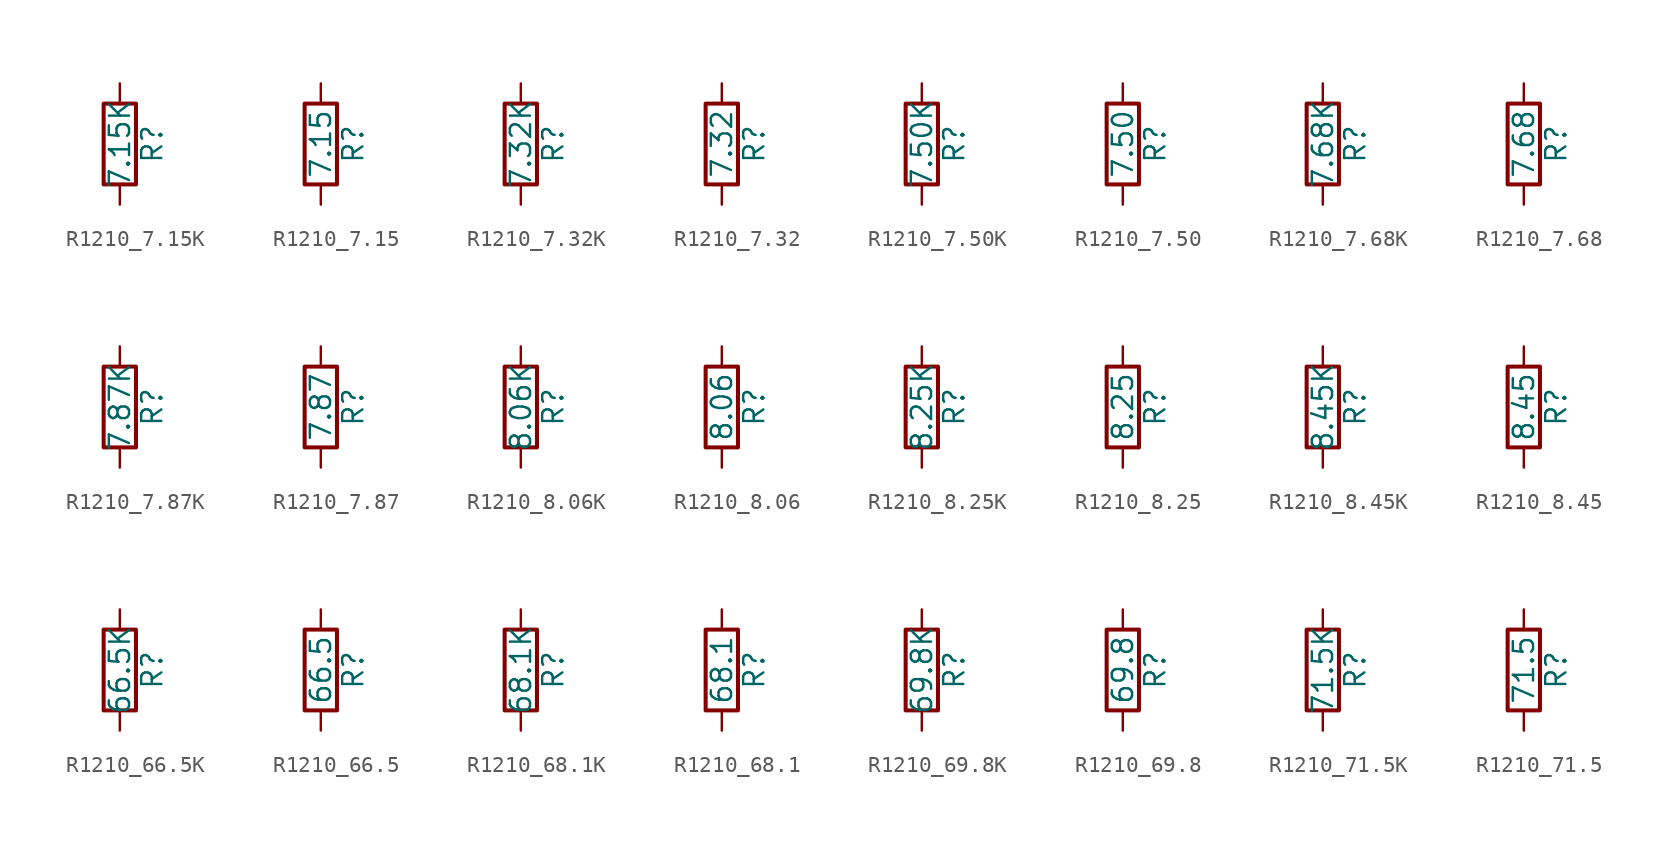
<source format=kicad_sym>
(kicad_symbol_lib
  (version 20211014)
  (generator atlantix-eda)
  (symbol "R1210_7.15K"
    (pin_numbers hide)
    (pin_names
      (offset 0))
    (property "Reference" "R"
      (at 2.032 0 90)
      (effects (font (size 1.27 1.27))))
    (property "Value" "7.15K"
      (at 0 0 90)
      (effects (font (size 1.27 1.27))))
    (symbol "R1210_7.15K_0_1"
      (rectangle (start -1.016 -2.54) (end 1.016 2.54) (stroke (width 0.254) (type default) (color 0 0 0 0)) (fill (type none))))
    (symbol "R1210_7.15K_1_1"
      (pin passive line (at 0 3.81 270) (length 1.27) (name "~" (effects (font (size 1.27 1.27)))) (number "1" (effects (font (size 1.27 1.27)))))
      (pin passive line (at 0 -3.81 90) (length 1.27) (name "~" (effects (font (size 1.27 1.27)))) (number "2" (effects (font (size 1.27 1.27)))))))
  (symbol "R1210_7.15"
    (pin_numbers hide)
    (pin_names
      (offset 0))
    (property "Reference" "R"
      (at 2.032 0 90)
      (effects (font (size 1.27 1.27))))
    (property "Value" "7.15"
      (at 0 0 90)
      (effects (font (size 1.27 1.27))))
    (symbol "R1210_7.15_0_1"
      (rectangle (start -1.016 -2.54) (end 1.016 2.54) (stroke (width 0.254) (type default) (color 0 0 0 0)) (fill (type none))))
    (symbol "R1210_7.15_1_1"
      (pin passive line (at 0 3.81 270) (length 1.27) (name "~" (effects (font (size 1.27 1.27)))) (number "1" (effects (font (size 1.27 1.27)))))
      (pin passive line (at 0 -3.81 90) (length 1.27) (name "~" (effects (font (size 1.27 1.27)))) (number "2" (effects (font (size 1.27 1.27)))))))
  (symbol "R1210_7.32K"
    (pin_numbers hide)
    (pin_names
      (offset 0))
    (property "Reference" "R"
      (at 2.032 0 90)
      (effects (font (size 1.27 1.27))))
    (property "Value" "7.32K"
      (at 0 0 90)
      (effects (font (size 1.27 1.27))))
    (symbol "R1210_7.32K_0_1"
      (rectangle (start -1.016 -2.54) (end 1.016 2.54) (stroke (width 0.254) (type default) (color 0 0 0 0)) (fill (type none))))
    (symbol "R1210_7.32K_1_1"
      (pin passive line (at 0 3.81 270) (length 1.27) (name "~" (effects (font (size 1.27 1.27)))) (number "1" (effects (font (size 1.27 1.27)))))
      (pin passive line (at 0 -3.81 90) (length 1.27) (name "~" (effects (font (size 1.27 1.27)))) (number "2" (effects (font (size 1.27 1.27)))))))
  (symbol "R1210_7.32"
    (pin_numbers hide)
    (pin_names
      (offset 0))
    (property "Reference" "R"
      (at 2.032 0 90)
      (effects (font (size 1.27 1.27))))
    (property "Value" "7.32"
      (at 0 0 90)
      (effects (font (size 1.27 1.27))))
    (symbol "R1210_7.32_0_1"
      (rectangle (start -1.016 -2.54) (end 1.016 2.54) (stroke (width 0.254) (type default) (color 0 0 0 0)) (fill (type none))))
    (symbol "R1210_7.32_1_1"
      (pin passive line (at 0 3.81 270) (length 1.27) (name "~" (effects (font (size 1.27 1.27)))) (number "1" (effects (font (size 1.27 1.27)))))
      (pin passive line (at 0 -3.81 90) (length 1.27) (name "~" (effects (font (size 1.27 1.27)))) (number "2" (effects (font (size 1.27 1.27)))))))
  (symbol "R1210_7.50K"
    (pin_numbers hide)
    (pin_names
      (offset 0))
    (property "Reference" "R"
      (at 2.032 0 90)
      (effects (font (size 1.27 1.27))))
    (property "Value" "7.50K"
      (at 0 0 90)
      (effects (font (size 1.27 1.27))))
    (symbol "R1210_7.50K_0_1"
      (rectangle (start -1.016 -2.54) (end 1.016 2.54) (stroke (width 0.254) (type default) (color 0 0 0 0)) (fill (type none))))
    (symbol "R1210_7.50K_1_1"
      (pin passive line (at 0 3.81 270) (length 1.27) (name "~" (effects (font (size 1.27 1.27)))) (number "1" (effects (font (size 1.27 1.27)))))
      (pin passive line (at 0 -3.81 90) (length 1.27) (name "~" (effects (font (size 1.27 1.27)))) (number "2" (effects (font (size 1.27 1.27)))))))
  (symbol "R1210_7.50"
    (pin_numbers hide)
    (pin_names
      (offset 0))
    (property "Reference" "R"
      (at 2.032 0 90)
      (effects (font (size 1.27 1.27))))
    (property "Value" "7.50"
      (at 0 0 90)
      (effects (font (size 1.27 1.27))))
    (symbol "R1210_7.50_0_1"
      (rectangle (start -1.016 -2.54) (end 1.016 2.54) (stroke (width 0.254) (type default) (color 0 0 0 0)) (fill (type none))))
    (symbol "R1210_7.50_1_1"
      (pin passive line (at 0 3.81 270) (length 1.27) (name "~" (effects (font (size 1.27 1.27)))) (number "1" (effects (font (size 1.27 1.27)))))
      (pin passive line (at 0 -3.81 90) (length 1.27) (name "~" (effects (font (size 1.27 1.27)))) (number "2" (effects (font (size 1.27 1.27)))))))
  (symbol "R1210_7.68K"
    (pin_numbers hide)
    (pin_names
      (offset 0))
    (property "Reference" "R"
      (at 2.032 0 90)
      (effects (font (size 1.27 1.27))))
    (property "Value" "7.68K"
      (at 0 0 90)
      (effects (font (size 1.27 1.27))))
    (symbol "R1210_7.68K_0_1"
      (rectangle (start -1.016 -2.54) (end 1.016 2.54) (stroke (width 0.254) (type default) (color 0 0 0 0)) (fill (type none))))
    (symbol "R1210_7.68K_1_1"
      (pin passive line (at 0 3.81 270) (length 1.27) (name "~" (effects (font (size 1.27 1.27)))) (number "1" (effects (font (size 1.27 1.27)))))
      (pin passive line (at 0 -3.81 90) (length 1.27) (name "~" (effects (font (size 1.27 1.27)))) (number "2" (effects (font (size 1.27 1.27)))))))
  (symbol "R1210_7.68"
    (pin_numbers hide)
    (pin_names
      (offset 0))
    (property "Reference" "R"
      (at 2.032 0 90)
      (effects (font (size 1.27 1.27))))
    (property "Value" "7.68"
      (at 0 0 90)
      (effects (font (size 1.27 1.27))))
    (symbol "R1210_7.68_0_1"
      (rectangle (start -1.016 -2.54) (end 1.016 2.54) (stroke (width 0.254) (type default) (color 0 0 0 0)) (fill (type none))))
    (symbol "R1210_7.68_1_1"
      (pin passive line (at 0 3.81 270) (length 1.27) (name "~" (effects (font (size 1.27 1.27)))) (number "1" (effects (font (size 1.27 1.27)))))
      (pin passive line (at 0 -3.81 90) (length 1.27) (name "~" (effects (font (size 1.27 1.27)))) (number "2" (effects (font (size 1.27 1.27)))))))
  (symbol "R1210_7.87K"
    (pin_numbers hide)
    (pin_names
      (offset 0))
    (property "Reference" "R"
      (at 2.032 0 90)
      (effects (font (size 1.27 1.27))))
    (property "Value" "7.87K"
      (at 0 0 90)
      (effects (font (size 1.27 1.27))))
    (symbol "R1210_7.87K_0_1"
      (rectangle (start -1.016 -2.54) (end 1.016 2.54) (stroke (width 0.254) (type default) (color 0 0 0 0)) (fill (type none))))
    (symbol "R1210_7.87K_1_1"
      (pin passive line (at 0 3.81 270) (length 1.27) (name "~" (effects (font (size 1.27 1.27)))) (number "1" (effects (font (size 1.27 1.27)))))
      (pin passive line (at 0 -3.81 90) (length 1.27) (name "~" (effects (font (size 1.27 1.27)))) (number "2" (effects (font (size 1.27 1.27)))))))
  (symbol "R1210_7.87"
    (pin_numbers hide)
    (pin_names
      (offset 0))
    (property "Reference" "R"
      (at 2.032 0 90)
      (effects (font (size 1.27 1.27))))
    (property "Value" "7.87"
      (at 0 0 90)
      (effects (font (size 1.27 1.27))))
    (symbol "R1210_7.87_0_1"
      (rectangle (start -1.016 -2.54) (end 1.016 2.54) (stroke (width 0.254) (type default) (color 0 0 0 0)) (fill (type none))))
    (symbol "R1210_7.87_1_1"
      (pin passive line (at 0 3.81 270) (length 1.27) (name "~" (effects (font (size 1.27 1.27)))) (number "1" (effects (font (size 1.27 1.27)))))
      (pin passive line (at 0 -3.81 90) (length 1.27) (name "~" (effects (font (size 1.27 1.27)))) (number "2" (effects (font (size 1.27 1.27)))))))
  (symbol "R1210_8.06K"
    (pin_numbers hide)
    (pin_names
      (offset 0))
    (property "Reference" "R"
      (at 2.032 0 90)
      (effects (font (size 1.27 1.27))))
    (property "Value" "8.06K"
      (at 0 0 90)
      (effects (font (size 1.27 1.27))))
    (symbol "R1210_8.06K_0_1"
      (rectangle (start -1.016 -2.54) (end 1.016 2.54) (stroke (width 0.254) (type default) (color 0 0 0 0)) (fill (type none))))
    (symbol "R1210_8.06K_1_1"
      (pin passive line (at 0 3.81 270) (length 1.27) (name "~" (effects (font (size 1.27 1.27)))) (number "1" (effects (font (size 1.27 1.27)))))
      (pin passive line (at 0 -3.81 90) (length 1.27) (name "~" (effects (font (size 1.27 1.27)))) (number "2" (effects (font (size 1.27 1.27)))))))
  (symbol "R1210_8.06"
    (pin_numbers hide)
    (pin_names
      (offset 0))
    (property "Reference" "R"
      (at 2.032 0 90)
      (effects (font (size 1.27 1.27))))
    (property "Value" "8.06"
      (at 0 0 90)
      (effects (font (size 1.27 1.27))))
    (symbol "R1210_8.06_0_1"
      (rectangle (start -1.016 -2.54) (end 1.016 2.54) (stroke (width 0.254) (type default) (color 0 0 0 0)) (fill (type none))))
    (symbol "R1210_8.06_1_1"
      (pin passive line (at 0 3.81 270) (length 1.27) (name "~" (effects (font (size 1.27 1.27)))) (number "1" (effects (font (size 1.27 1.27)))))
      (pin passive line (at 0 -3.81 90) (length 1.27) (name "~" (effects (font (size 1.27 1.27)))) (number "2" (effects (font (size 1.27 1.27)))))))
  (symbol "R1210_8.25K"
    (pin_numbers hide)
    (pin_names
      (offset 0))
    (property "Reference" "R"
      (at 2.032 0 90)
      (effects (font (size 1.27 1.27))))
    (property "Value" "8.25K"
      (at 0 0 90)
      (effects (font (size 1.27 1.27))))
    (symbol "R1210_8.25K_0_1"
      (rectangle (start -1.016 -2.54) (end 1.016 2.54) (stroke (width 0.254) (type default) (color 0 0 0 0)) (fill (type none))))
    (symbol "R1210_8.25K_1_1"
      (pin passive line (at 0 3.81 270) (length 1.27) (name "~" (effects (font (size 1.27 1.27)))) (number "1" (effects (font (size 1.27 1.27)))))
      (pin passive line (at 0 -3.81 90) (length 1.27) (name "~" (effects (font (size 1.27 1.27)))) (number "2" (effects (font (size 1.27 1.27)))))))
  (symbol "R1210_8.25"
    (pin_numbers hide)
    (pin_names
      (offset 0))
    (property "Reference" "R"
      (at 2.032 0 90)
      (effects (font (size 1.27 1.27))))
    (property "Value" "8.25"
      (at 0 0 90)
      (effects (font (size 1.27 1.27))))
    (symbol "R1210_8.25_0_1"
      (rectangle (start -1.016 -2.54) (end 1.016 2.54) (stroke (width 0.254) (type default) (color 0 0 0 0)) (fill (type none))))
    (symbol "R1210_8.25_1_1"
      (pin passive line (at 0 3.81 270) (length 1.27) (name "~" (effects (font (size 1.27 1.27)))) (number "1" (effects (font (size 1.27 1.27)))))
      (pin passive line (at 0 -3.81 90) (length 1.27) (name "~" (effects (font (size 1.27 1.27)))) (number "2" (effects (font (size 1.27 1.27)))))))
  (symbol "R1210_8.45K"
    (pin_numbers hide)
    (pin_names
      (offset 0))
    (property "Reference" "R"
      (at 2.032 0 90)
      (effects (font (size 1.27 1.27))))
    (property "Value" "8.45K"
      (at 0 0 90)
      (effects (font (size 1.27 1.27))))
    (symbol "R1210_8.45K_0_1"
      (rectangle (start -1.016 -2.54) (end 1.016 2.54) (stroke (width 0.254) (type default) (color 0 0 0 0)) (fill (type none))))
    (symbol "R1210_8.45K_1_1"
      (pin passive line (at 0 3.81 270) (length 1.27) (name "~" (effects (font (size 1.27 1.27)))) (number "1" (effects (font (size 1.27 1.27)))))
      (pin passive line (at 0 -3.81 90) (length 1.27) (name "~" (effects (font (size 1.27 1.27)))) (number "2" (effects (font (size 1.27 1.27)))))))
  (symbol "R1210_8.45"
    (pin_numbers hide)
    (pin_names
      (offset 0))
    (property "Reference" "R"
      (at 2.032 0 90)
      (effects (font (size 1.27 1.27))))
    (property "Value" "8.45"
      (at 0 0 90)
      (effects (font (size 1.27 1.27))))
    (symbol "R1210_8.45_0_1"
      (rectangle (start -1.016 -2.54) (end 1.016 2.54) (stroke (width 0.254) (type default) (color 0 0 0 0)) (fill (type none))))
    (symbol "R1210_8.45_1_1"
      (pin passive line (at 0 3.81 270) (length 1.27) (name "~" (effects (font (size 1.27 1.27)))) (number "1" (effects (font (size 1.27 1.27)))))
      (pin passive line (at 0 -3.81 90) (length 1.27) (name "~" (effects (font (size 1.27 1.27)))) (number "2" (effects (font (size 1.27 1.27)))))))
  (symbol "R1210_66.5K"
    (pin_numbers hide)
    (pin_names
      (offset 0))
    (property "Reference" "R"
      (at 2.032 0 90)
      (effects (font (size 1.27 1.27))))
    (property "Value" "66.5K"
      (at 0 0 90)
      (effects (font (size 1.27 1.27))))
    (symbol "R1210_66.5K_0_1"
      (rectangle (start -1.016 -2.54) (end 1.016 2.54) (stroke (width 0.254) (type default) (color 0 0 0 0)) (fill (type none))))
    (symbol "R1210_66.5K_1_1"
      (pin passive line (at 0 3.81 270) (length 1.27) (name "~" (effects (font (size 1.27 1.27)))) (number "1" (effects (font (size 1.27 1.27)))))
      (pin passive line (at 0 -3.81 90) (length 1.27) (name "~" (effects (font (size 1.27 1.27)))) (number "2" (effects (font (size 1.27 1.27)))))))
  (symbol "R1210_66.5"
    (pin_numbers hide)
    (pin_names
      (offset 0))
    (property "Reference" "R"
      (at 2.032 0 90)
      (effects (font (size 1.27 1.27))))
    (property "Value" "66.5"
      (at 0 0 90)
      (effects (font (size 1.27 1.27))))
    (symbol "R1210_66.5_0_1"
      (rectangle (start -1.016 -2.54) (end 1.016 2.54) (stroke (width 0.254) (type default) (color 0 0 0 0)) (fill (type none))))
    (symbol "R1210_66.5_1_1"
      (pin passive line (at 0 3.81 270) (length 1.27) (name "~" (effects (font (size 1.27 1.27)))) (number "1" (effects (font (size 1.27 1.27)))))
      (pin passive line (at 0 -3.81 90) (length 1.27) (name "~" (effects (font (size 1.27 1.27)))) (number "2" (effects (font (size 1.27 1.27)))))))
  (symbol "R1210_68.1K"
    (pin_numbers hide)
    (pin_names
      (offset 0))
    (property "Reference" "R"
      (at 2.032 0 90)
      (effects (font (size 1.27 1.27))))
    (property "Value" "68.1K"
      (at 0 0 90)
      (effects (font (size 1.27 1.27))))
    (symbol "R1210_68.1K_0_1"
      (rectangle (start -1.016 -2.54) (end 1.016 2.54) (stroke (width 0.254) (type default) (color 0 0 0 0)) (fill (type none))))
    (symbol "R1210_68.1K_1_1"
      (pin passive line (at 0 3.81 270) (length 1.27) (name "~" (effects (font (size 1.27 1.27)))) (number "1" (effects (font (size 1.27 1.27)))))
      (pin passive line (at 0 -3.81 90) (length 1.27) (name "~" (effects (font (size 1.27 1.27)))) (number "2" (effects (font (size 1.27 1.27)))))))
  (symbol "R1210_68.1"
    (pin_numbers hide)
    (pin_names
      (offset 0))
    (property "Reference" "R"
      (at 2.032 0 90)
      (effects (font (size 1.27 1.27))))
    (property "Value" "68.1"
      (at 0 0 90)
      (effects (font (size 1.27 1.27))))
    (symbol "R1210_68.1_0_1"
      (rectangle (start -1.016 -2.54) (end 1.016 2.54) (stroke (width 0.254) (type default) (color 0 0 0 0)) (fill (type none))))
    (symbol "R1210_68.1_1_1"
      (pin passive line (at 0 3.81 270) (length 1.27) (name "~" (effects (font (size 1.27 1.27)))) (number "1" (effects (font (size 1.27 1.27)))))
      (pin passive line (at 0 -3.81 90) (length 1.27) (name "~" (effects (font (size 1.27 1.27)))) (number "2" (effects (font (size 1.27 1.27)))))))
  (symbol "R1210_69.8K"
    (pin_numbers hide)
    (pin_names
      (offset 0))
    (property "Reference" "R"
      (at 2.032 0 90)
      (effects (font (size 1.27 1.27))))
    (property "Value" "69.8K"
      (at 0 0 90)
      (effects (font (size 1.27 1.27))))
    (symbol "R1210_69.8K_0_1"
      (rectangle (start -1.016 -2.54) (end 1.016 2.54) (stroke (width 0.254) (type default) (color 0 0 0 0)) (fill (type none))))
    (symbol "R1210_69.8K_1_1"
      (pin passive line (at 0 3.81 270) (length 1.27) (name "~" (effects (font (size 1.27 1.27)))) (number "1" (effects (font (size 1.27 1.27)))))
      (pin passive line (at 0 -3.81 90) (length 1.27) (name "~" (effects (font (size 1.27 1.27)))) (number "2" (effects (font (size 1.27 1.27)))))))
  (symbol "R1210_69.8"
    (pin_numbers hide)
    (pin_names
      (offset 0))
    (property "Reference" "R"
      (at 2.032 0 90)
      (effects (font (size 1.27 1.27))))
    (property "Value" "69.8"
      (at 0 0 90)
      (effects (font (size 1.27 1.27))))
    (symbol "R1210_69.8_0_1"
      (rectangle (start -1.016 -2.54) (end 1.016 2.54) (stroke (width 0.254) (type default) (color 0 0 0 0)) (fill (type none))))
    (symbol "R1210_69.8_1_1"
      (pin passive line (at 0 3.81 270) (length 1.27) (name "~" (effects (font (size 1.27 1.27)))) (number "1" (effects (font (size 1.27 1.27)))))
      (pin passive line (at 0 -3.81 90) (length 1.27) (name "~" (effects (font (size 1.27 1.27)))) (number "2" (effects (font (size 1.27 1.27)))))))
  (symbol "R1210_71.5K"
    (pin_numbers hide)
    (pin_names
      (offset 0))
    (property "Reference" "R"
      (at 2.032 0 90)
      (effects (font (size 1.27 1.27))))
    (property "Value" "71.5K"
      (at 0 0 90)
      (effects (font (size 1.27 1.27))))
    (symbol "R1210_71.5K_0_1"
      (rectangle (start -1.016 -2.54) (end 1.016 2.54) (stroke (width 0.254) (type default) (color 0 0 0 0)) (fill (type none))))
    (symbol "R1210_71.5K_1_1"
      (pin passive line (at 0 3.81 270) (length 1.27) (name "~" (effects (font (size 1.27 1.27)))) (number "1" (effects (font (size 1.27 1.27)))))
      (pin passive line (at 0 -3.81 90) (length 1.27) (name "~" (effects (font (size 1.27 1.27)))) (number "2" (effects (font (size 1.27 1.27)))))))
  (symbol "R1210_71.5"
    (pin_numbers hide)
    (pin_names
      (offset 0))
    (property "Reference" "R"
      (at 2.032 0 90)
      (effects (font (size 1.27 1.27))))
    (property "Value" "71.5"
      (at 0 0 90)
      (effects (font (size 1.27 1.27))))
    (symbol "R1210_71.5_0_1"
      (rectangle (start -1.016 -2.54) (end 1.016 2.54) (stroke (width 0.254) (type default) (color 0 0 0 0)) (fill (type none))))
    (symbol "R1210_71.5_1_1"
      (pin passive line (at 0 3.81 270) (length 1.27) (name "~" (effects (font (size 1.27 1.27)))) (number "1" (effects (font (size 1.27 1.27)))))
      (pin passive line (at 0 -3.81 90) (length 1.27) (name "~" (effects (font (size 1.27 1.27)))) (number "2" (effects (font (size 1.27 1.27))))))))
</source>
